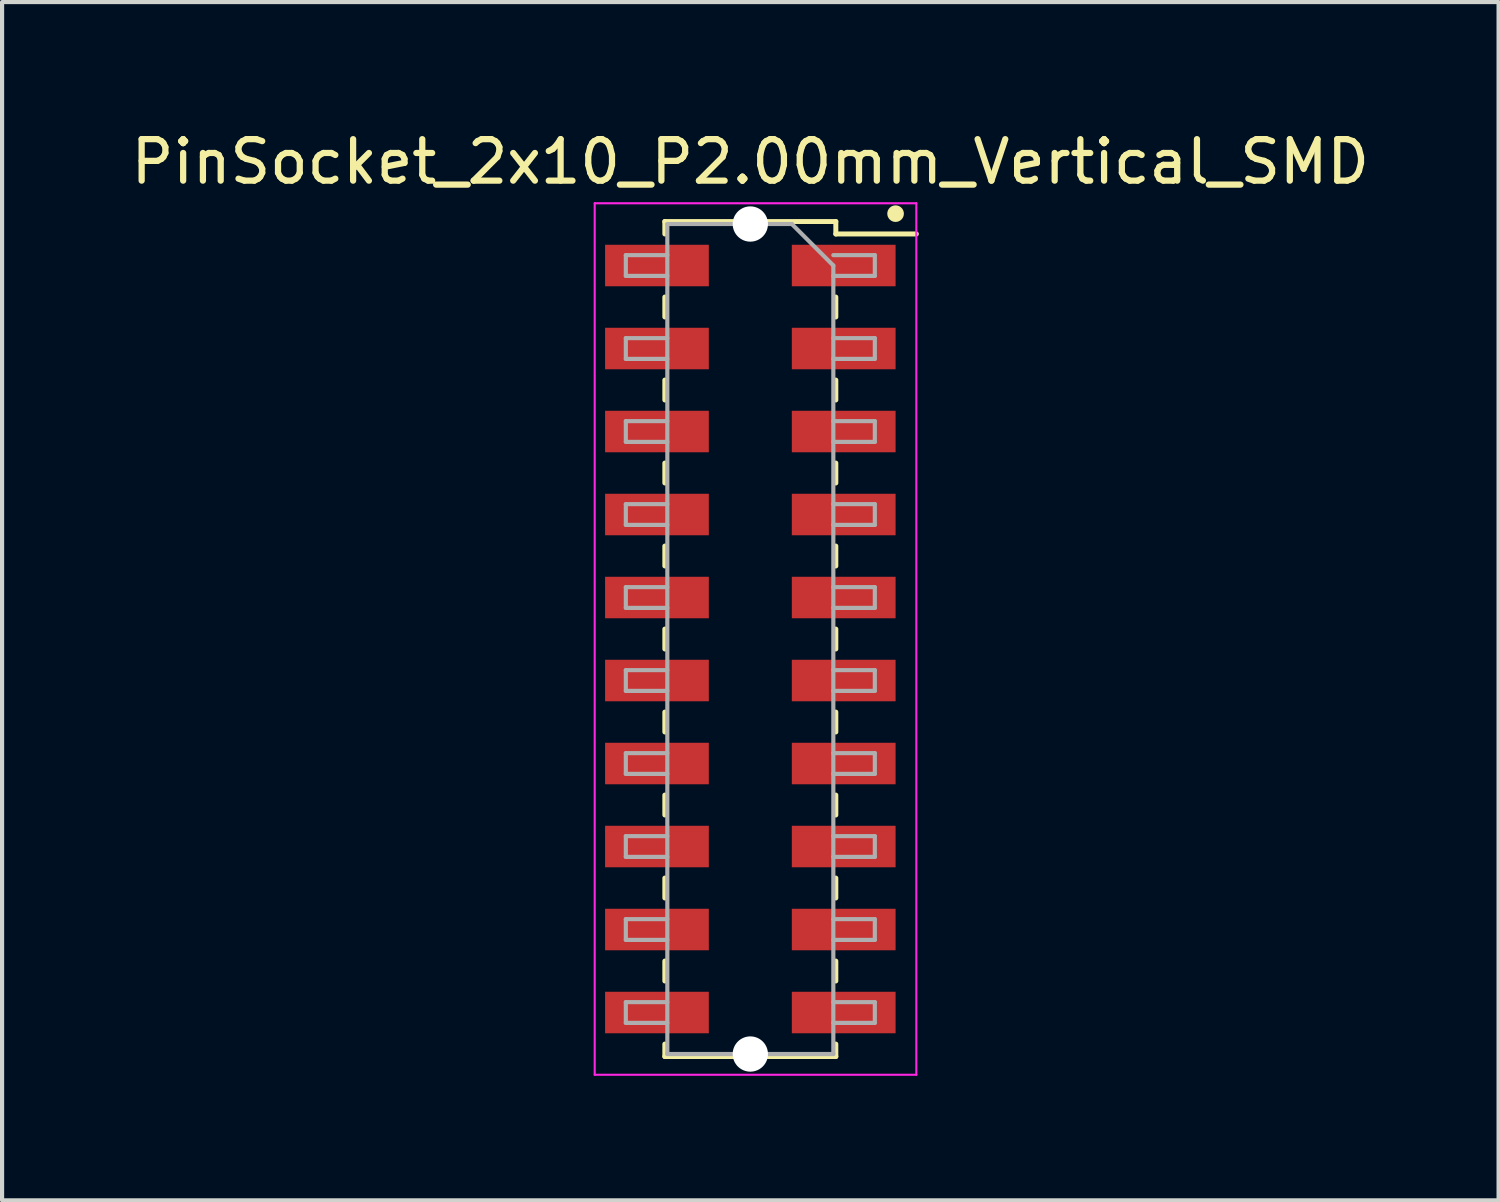
<source format=kicad_pcb>
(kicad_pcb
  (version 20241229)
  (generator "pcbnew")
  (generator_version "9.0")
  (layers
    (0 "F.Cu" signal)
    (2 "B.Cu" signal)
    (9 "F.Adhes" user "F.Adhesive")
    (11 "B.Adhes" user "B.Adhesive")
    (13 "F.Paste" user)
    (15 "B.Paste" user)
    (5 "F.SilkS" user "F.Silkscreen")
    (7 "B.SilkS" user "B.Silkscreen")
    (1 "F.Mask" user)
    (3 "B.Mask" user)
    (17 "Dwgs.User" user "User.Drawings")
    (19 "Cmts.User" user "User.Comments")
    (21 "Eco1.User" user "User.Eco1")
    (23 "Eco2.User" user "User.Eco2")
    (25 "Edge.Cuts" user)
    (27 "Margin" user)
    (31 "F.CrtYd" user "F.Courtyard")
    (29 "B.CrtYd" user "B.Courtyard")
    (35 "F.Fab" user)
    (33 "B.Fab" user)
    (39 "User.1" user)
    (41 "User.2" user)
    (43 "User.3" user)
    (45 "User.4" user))
  (footprint "PinSocket_2x10_P2.00mm_Vertical_SMD"
    (layer "F.Cu")
    (at 15.03 12.348)
    (property "Reference" "PinSocket_2x10_P2.00mm_Vertical_SMD" (at 0 -11.5 0) (layer "F.SilkS") (effects (font (size 1 1) (thickness 0.15))))
    (attr smd)
    (fp_line (start -2.06 -10.06) (end -2.06 -9.76) (stroke (width 0.12) (type solid)) (layer "F.SilkS"))
    (fp_line (start -2.06 -10.06) (end 2.06 -10.06) (stroke (width 0.12) (type solid)) (layer "F.SilkS"))
    (fp_line (start -2.06 -8.24) (end -2.06 -7.76) (stroke (width 0.12) (type solid)) (layer "F.SilkS"))
    (fp_line (start -2.06 -6.24) (end -2.06 -5.76) (stroke (width 0.12) (type solid)) (layer "F.SilkS"))
    (fp_line (start -2.06 -4.24) (end -2.06 -3.76) (stroke (width 0.12) (type solid)) (layer "F.SilkS"))
    (fp_line (start -2.06 -2.24) (end -2.06 -1.76) (stroke (width 0.12) (type solid)) (layer "F.SilkS"))
    (fp_line (start -2.06 -0.24) (end -2.06 0.24) (stroke (width 0.12) (type solid)) (layer "F.SilkS"))
    (fp_line (start -2.06 1.76) (end -2.06 2.24) (stroke (width 0.12) (type solid)) (layer "F.SilkS"))
    (fp_line (start -2.06 3.76) (end -2.06 4.24) (stroke (width 0.12) (type solid)) (layer "F.SilkS"))
    (fp_line (start -2.06 5.76) (end -2.06 6.24) (stroke (width 0.12) (type solid)) (layer "F.SilkS"))
    (fp_line (start -2.06 7.76) (end -2.06 8.24) (stroke (width 0.12) (type solid)) (layer "F.SilkS"))
    (fp_line (start -2.06 9.76) (end -2.06 10.06) (stroke (width 0.12) (type solid)) (layer "F.SilkS"))
    (fp_line (start -2.06 10.06) (end 2.06 10.06) (stroke (width 0.12) (type solid)) (layer "F.SilkS"))
    (fp_line (start 2.06 -10.06) (end 2.06 -9.76) (stroke (width 0.12) (type solid)) (layer "F.SilkS"))
    (fp_line (start 2.06 -9.76) (end 4 -9.76) (stroke (width 0.12) (type solid)) (layer "F.SilkS"))
    (fp_line (start 2.06 -8.24) (end 2.06 -7.76) (stroke (width 0.12) (type solid)) (layer "F.SilkS"))
    (fp_line (start 2.06 -6.24) (end 2.06 -5.76) (stroke (width 0.12) (type solid)) (layer "F.SilkS"))
    (fp_line (start 2.06 -4.24) (end 2.06 -3.76) (stroke (width 0.12) (type solid)) (layer "F.SilkS"))
    (fp_line (start 2.06 -2.24) (end 2.06 -1.76) (stroke (width 0.12) (type solid)) (layer "F.SilkS"))
    (fp_line (start 2.06 -0.24) (end 2.06 0.24) (stroke (width 0.12) (type solid)) (layer "F.SilkS"))
    (fp_line (start 2.06 1.76) (end 2.06 2.24) (stroke (width 0.12) (type solid)) (layer "F.SilkS"))
    (fp_line (start 2.06 3.76) (end 2.06 4.24) (stroke (width 0.12) (type solid)) (layer "F.SilkS"))
    (fp_line (start 2.06 5.76) (end 2.06 6.24) (stroke (width 0.12) (type solid)) (layer "F.SilkS"))
    (fp_line (start 2.06 7.76) (end 2.06 8.24) (stroke (width 0.12) (type solid)) (layer "F.SilkS"))
    (fp_line (start 2.06 9.76) (end 2.06 10.06) (stroke (width 0.12) (type solid)) (layer "F.SilkS"))
    (fp_circle (center 3.5 -10.25) (end 3.6 -10.25) (stroke (width 0.2) (type solid)) (fill no) (layer "F.SilkS"))
    (fp_line (start -3.75 -10.5) (end 4 -10.5) (stroke (width 0.05) (type solid)) (layer "F.CrtYd"))
    (fp_line (start -3.75 10.5) (end -3.75 -10.5) (stroke (width 0.05) (type solid)) (layer "F.CrtYd"))
    (fp_line (start 4 -10.5) (end 4 10.5) (stroke (width 0.05) (type solid)) (layer "F.CrtYd"))
    (fp_line (start 4 10.5) (end -3.75 10.5) (stroke (width 0.05) (type solid)) (layer "F.CrtYd"))
    (fp_line (start -3 -9.25) (end -2 -9.25) (stroke (width 0.1) (type solid)) (layer "F.Fab"))
    (fp_line (start -3 -8.75) (end -3 -9.25) (stroke (width 0.1) (type solid)) (layer "F.Fab"))
    (fp_line (start -3 -7.25) (end -2 -7.25) (stroke (width 0.1) (type solid)) (layer "F.Fab"))
    (fp_line (start -3 -6.75) (end -3 -7.25) (stroke (width 0.1) (type solid)) (layer "F.Fab"))
    (fp_line (start -3 -5.25) (end -2 -5.25) (stroke (width 0.1) (type solid)) (layer "F.Fab"))
    (fp_line (start -3 -4.75) (end -3 -5.25) (stroke (width 0.1) (type solid)) (layer "F.Fab"))
    (fp_line (start -3 -3.25) (end -2 -3.25) (stroke (width 0.1) (type solid)) (layer "F.Fab"))
    (fp_line (start -3 -2.75) (end -3 -3.25) (stroke (width 0.1) (type solid)) (layer "F.Fab"))
    (fp_line (start -3 -1.25) (end -2 -1.25) (stroke (width 0.1) (type solid)) (layer "F.Fab"))
    (fp_line (start -3 -0.75) (end -3 -1.25) (stroke (width 0.1) (type solid)) (layer "F.Fab"))
    (fp_line (start -3 0.75) (end -2 0.75) (stroke (width 0.1) (type solid)) (layer "F.Fab"))
    (fp_line (start -3 1.25) (end -3 0.75) (stroke (width 0.1) (type solid)) (layer "F.Fab"))
    (fp_line (start -3 2.75) (end -2 2.75) (stroke (width 0.1) (type solid)) (layer "F.Fab"))
    (fp_line (start -3 3.25) (end -3 2.75) (stroke (width 0.1) (type solid)) (layer "F.Fab"))
    (fp_line (start -3 4.75) (end -2 4.75) (stroke (width 0.1) (type solid)) (layer "F.Fab"))
    (fp_line (start -3 5.25) (end -3 4.75) (stroke (width 0.1) (type solid)) (layer "F.Fab"))
    (fp_line (start -3 6.75) (end -2 6.75) (stroke (width 0.1) (type solid)) (layer "F.Fab"))
    (fp_line (start -3 7.25) (end -3 6.75) (stroke (width 0.1) (type solid)) (layer "F.Fab"))
    (fp_line (start -3 8.75) (end -2 8.75) (stroke (width 0.1) (type solid)) (layer "F.Fab"))
    (fp_line (start -3 9.25) (end -3 8.75) (stroke (width 0.1) (type solid)) (layer "F.Fab"))
    (fp_line (start -2 -10) (end 1 -10) (stroke (width 0.1) (type solid)) (layer "F.Fab"))
    (fp_line (start -2 -8.75) (end -3 -8.75) (stroke (width 0.1) (type solid)) (layer "F.Fab"))
    (fp_line (start -2 -6.75) (end -3 -6.75) (stroke (width 0.1) (type solid)) (layer "F.Fab"))
    (fp_line (start -2 -4.75) (end -3 -4.75) (stroke (width 0.1) (type solid)) (layer "F.Fab"))
    (fp_line (start -2 -2.75) (end -3 -2.75) (stroke (width 0.1) (type solid)) (layer "F.Fab"))
    (fp_line (start -2 -0.75) (end -3 -0.75) (stroke (width 0.1) (type solid)) (layer "F.Fab"))
    (fp_line (start -2 1.25) (end -3 1.25) (stroke (width 0.1) (type solid)) (layer "F.Fab"))
    (fp_line (start -2 3.25) (end -3 3.25) (stroke (width 0.1) (type solid)) (layer "F.Fab"))
    (fp_line (start -2 5.25) (end -3 5.25) (stroke (width 0.1) (type solid)) (layer "F.Fab"))
    (fp_line (start -2 7.25) (end -3 7.25) (stroke (width 0.1) (type solid)) (layer "F.Fab"))
    (fp_line (start -2 9.25) (end -3 9.25) (stroke (width 0.1) (type solid)) (layer "F.Fab"))
    (fp_line (start -2 10) (end -2 -10) (stroke (width 0.1) (type solid)) (layer "F.Fab"))
    (fp_line (start 1 -10) (end 2 -9) (stroke (width 0.1) (type solid)) (layer "F.Fab"))
    (fp_line (start 2 -9.25) (end 3 -9.25) (stroke (width 0.1) (type solid)) (layer "F.Fab"))
    (fp_line (start 2 -9) (end 2 10) (stroke (width 0.1) (type solid)) (layer "F.Fab"))
    (fp_line (start 2 -7.25) (end 3 -7.25) (stroke (width 0.1) (type solid)) (layer "F.Fab"))
    (fp_line (start 2 -5.25) (end 3 -5.25) (stroke (width 0.1) (type solid)) (layer "F.Fab"))
    (fp_line (start 2 -3.25) (end 3 -3.25) (stroke (width 0.1) (type solid)) (layer "F.Fab"))
    (fp_line (start 2 -1.25) (end 3 -1.25) (stroke (width 0.1) (type solid)) (layer "F.Fab"))
    (fp_line (start 2 0.75) (end 3 0.75) (stroke (width 0.1) (type solid)) (layer "F.Fab"))
    (fp_line (start 2 2.75) (end 3 2.75) (stroke (width 0.1) (type solid)) (layer "F.Fab"))
    (fp_line (start 2 4.75) (end 3 4.75) (stroke (width 0.1) (type solid)) (layer "F.Fab"))
    (fp_line (start 2 6.75) (end 3 6.75) (stroke (width 0.1) (type solid)) (layer "F.Fab"))
    (fp_line (start 2 8.75) (end 3 8.75) (stroke (width 0.1) (type solid)) (layer "F.Fab"))
    (fp_line (start 2 10) (end -2 10) (stroke (width 0.1) (type solid)) (layer "F.Fab"))
    (fp_line (start 3 -9.25) (end 3 -8.75) (stroke (width 0.1) (type solid)) (layer "F.Fab"))
    (fp_line (start 3 -8.75) (end 2 -8.75) (stroke (width 0.1) (type solid)) (layer "F.Fab"))
    (fp_line (start 3 -7.25) (end 3 -6.75) (stroke (width 0.1) (type solid)) (layer "F.Fab"))
    (fp_line (start 3 -6.75) (end 2 -6.75) (stroke (width 0.1) (type solid)) (layer "F.Fab"))
    (fp_line (start 3 -5.25) (end 3 -4.75) (stroke (width 0.1) (type solid)) (layer "F.Fab"))
    (fp_line (start 3 -4.75) (end 2 -4.75) (stroke (width 0.1) (type solid)) (layer "F.Fab"))
    (fp_line (start 3 -3.25) (end 3 -2.75) (stroke (width 0.1) (type solid)) (layer "F.Fab"))
    (fp_line (start 3 -2.75) (end 2 -2.75) (stroke (width 0.1) (type solid)) (layer "F.Fab"))
    (fp_line (start 3 -1.25) (end 3 -0.75) (stroke (width 0.1) (type solid)) (layer "F.Fab"))
    (fp_line (start 3 -0.75) (end 2 -0.75) (stroke (width 0.1) (type solid)) (layer "F.Fab"))
    (fp_line (start 3 0.75) (end 3 1.25) (stroke (width 0.1) (type solid)) (layer "F.Fab"))
    (fp_line (start 3 1.25) (end 2 1.25) (stroke (width 0.1) (type solid)) (layer "F.Fab"))
    (fp_line (start 3 2.75) (end 3 3.25) (stroke (width 0.1) (type solid)) (layer "F.Fab"))
    (fp_line (start 3 3.25) (end 2 3.25) (stroke (width 0.1) (type solid)) (layer "F.Fab"))
    (fp_line (start 3 4.75) (end 3 5.25) (stroke (width 0.1) (type solid)) (layer "F.Fab"))
    (fp_line (start 3 5.25) (end 2 5.25) (stroke (width 0.1) (type solid)) (layer "F.Fab"))
    (fp_line (start 3 6.75) (end 3 7.25) (stroke (width 0.1) (type solid)) (layer "F.Fab"))
    (fp_line (start 3 7.25) (end 2 7.25) (stroke (width 0.1) (type solid)) (layer "F.Fab"))
    (fp_line (start 3 8.75) (end 3 9.25) (stroke (width 0.1) (type solid)) (layer "F.Fab"))
    (fp_line (start 3 9.25) (end 2 9.25) (stroke (width 0.1) (type solid)) (layer "F.Fab"))
    (pad "" np_thru_hole circle (at 0 -10) (size 0.85 0.85) (drill 0.85) (layers "*.Cu" "*.Mask"))
    (pad "" np_thru_hole circle (at 0 10) (size 0.85 0.85) (drill 0.85) (layers "*.Cu" "*.Mask"))
    (pad "1" smd rect (at 2.25 -9) (size 2.5 1) (layers "F.Cu" "F.Mask" "F.Paste"))
    (pad "2" smd rect (at -2.25 -9) (size 2.5 1) (layers "F.Cu" "F.Mask" "F.Paste"))
    (pad "3" smd rect (at 2.25 -7) (size 2.5 1) (layers "F.Cu" "F.Mask" "F.Paste"))
    (pad "4" smd rect (at -2.25 -7) (size 2.5 1) (layers "F.Cu" "F.Mask" "F.Paste"))
    (pad "5" smd rect (at 2.25 -5) (size 2.5 1) (layers "F.Cu" "F.Mask" "F.Paste"))
    (pad "6" smd rect (at -2.25 -5) (size 2.5 1) (layers "F.Cu" "F.Mask" "F.Paste"))
    (pad "7" smd rect (at 2.25 -3) (size 2.5 1) (layers "F.Cu" "F.Mask" "F.Paste"))
    (pad "8" smd rect (at -2.25 -3) (size 2.5 1) (layers "F.Cu" "F.Mask" "F.Paste"))
    (pad "9" smd rect (at 2.25 -1) (size 2.5 1) (layers "F.Cu" "F.Mask" "F.Paste"))
    (pad "10" smd rect (at -2.25 -1) (size 2.5 1) (layers "F.Cu" "F.Mask" "F.Paste"))
    (pad "11" smd rect (at 2.25 1) (size 2.5 1) (layers "F.Cu" "F.Mask" "F.Paste"))
    (pad "12" smd rect (at -2.25 1) (size 2.5 1) (layers "F.Cu" "F.Mask" "F.Paste"))
    (pad "13" smd rect (at 2.25 3) (size 2.5 1) (layers "F.Cu" "F.Mask" "F.Paste"))
    (pad "14" smd rect (at -2.25 3) (size 2.5 1) (layers "F.Cu" "F.Mask" "F.Paste"))
    (pad "15" smd rect (at 2.25 5) (size 2.5 1) (layers "F.Cu" "F.Mask" "F.Paste"))
    (pad "16" smd rect (at -2.25 5) (size 2.5 1) (layers "F.Cu" "F.Mask" "F.Paste"))
    (pad "17" smd rect (at 2.25 7) (size 2.5 1) (layers "F.Cu" "F.Mask" "F.Paste"))
    (pad "18" smd rect (at -2.25 7) (size 2.5 1) (layers "F.Cu" "F.Mask" "F.Paste"))
    (pad "19" smd rect (at 2.25 9) (size 2.5 1) (layers "F.Cu" "F.Mask" "F.Paste"))
    (pad "20" smd rect (at -2.25 9) (size 2.5 1) (layers "F.Cu" "F.Mask" "F.Paste")))
  (gr_rect
    (start -3 -3)
    (end 33.06 25.873)
    (stroke (width 0.1) (type default))
    (fill no)
    (layer "Edge.Cuts")))
</source>
